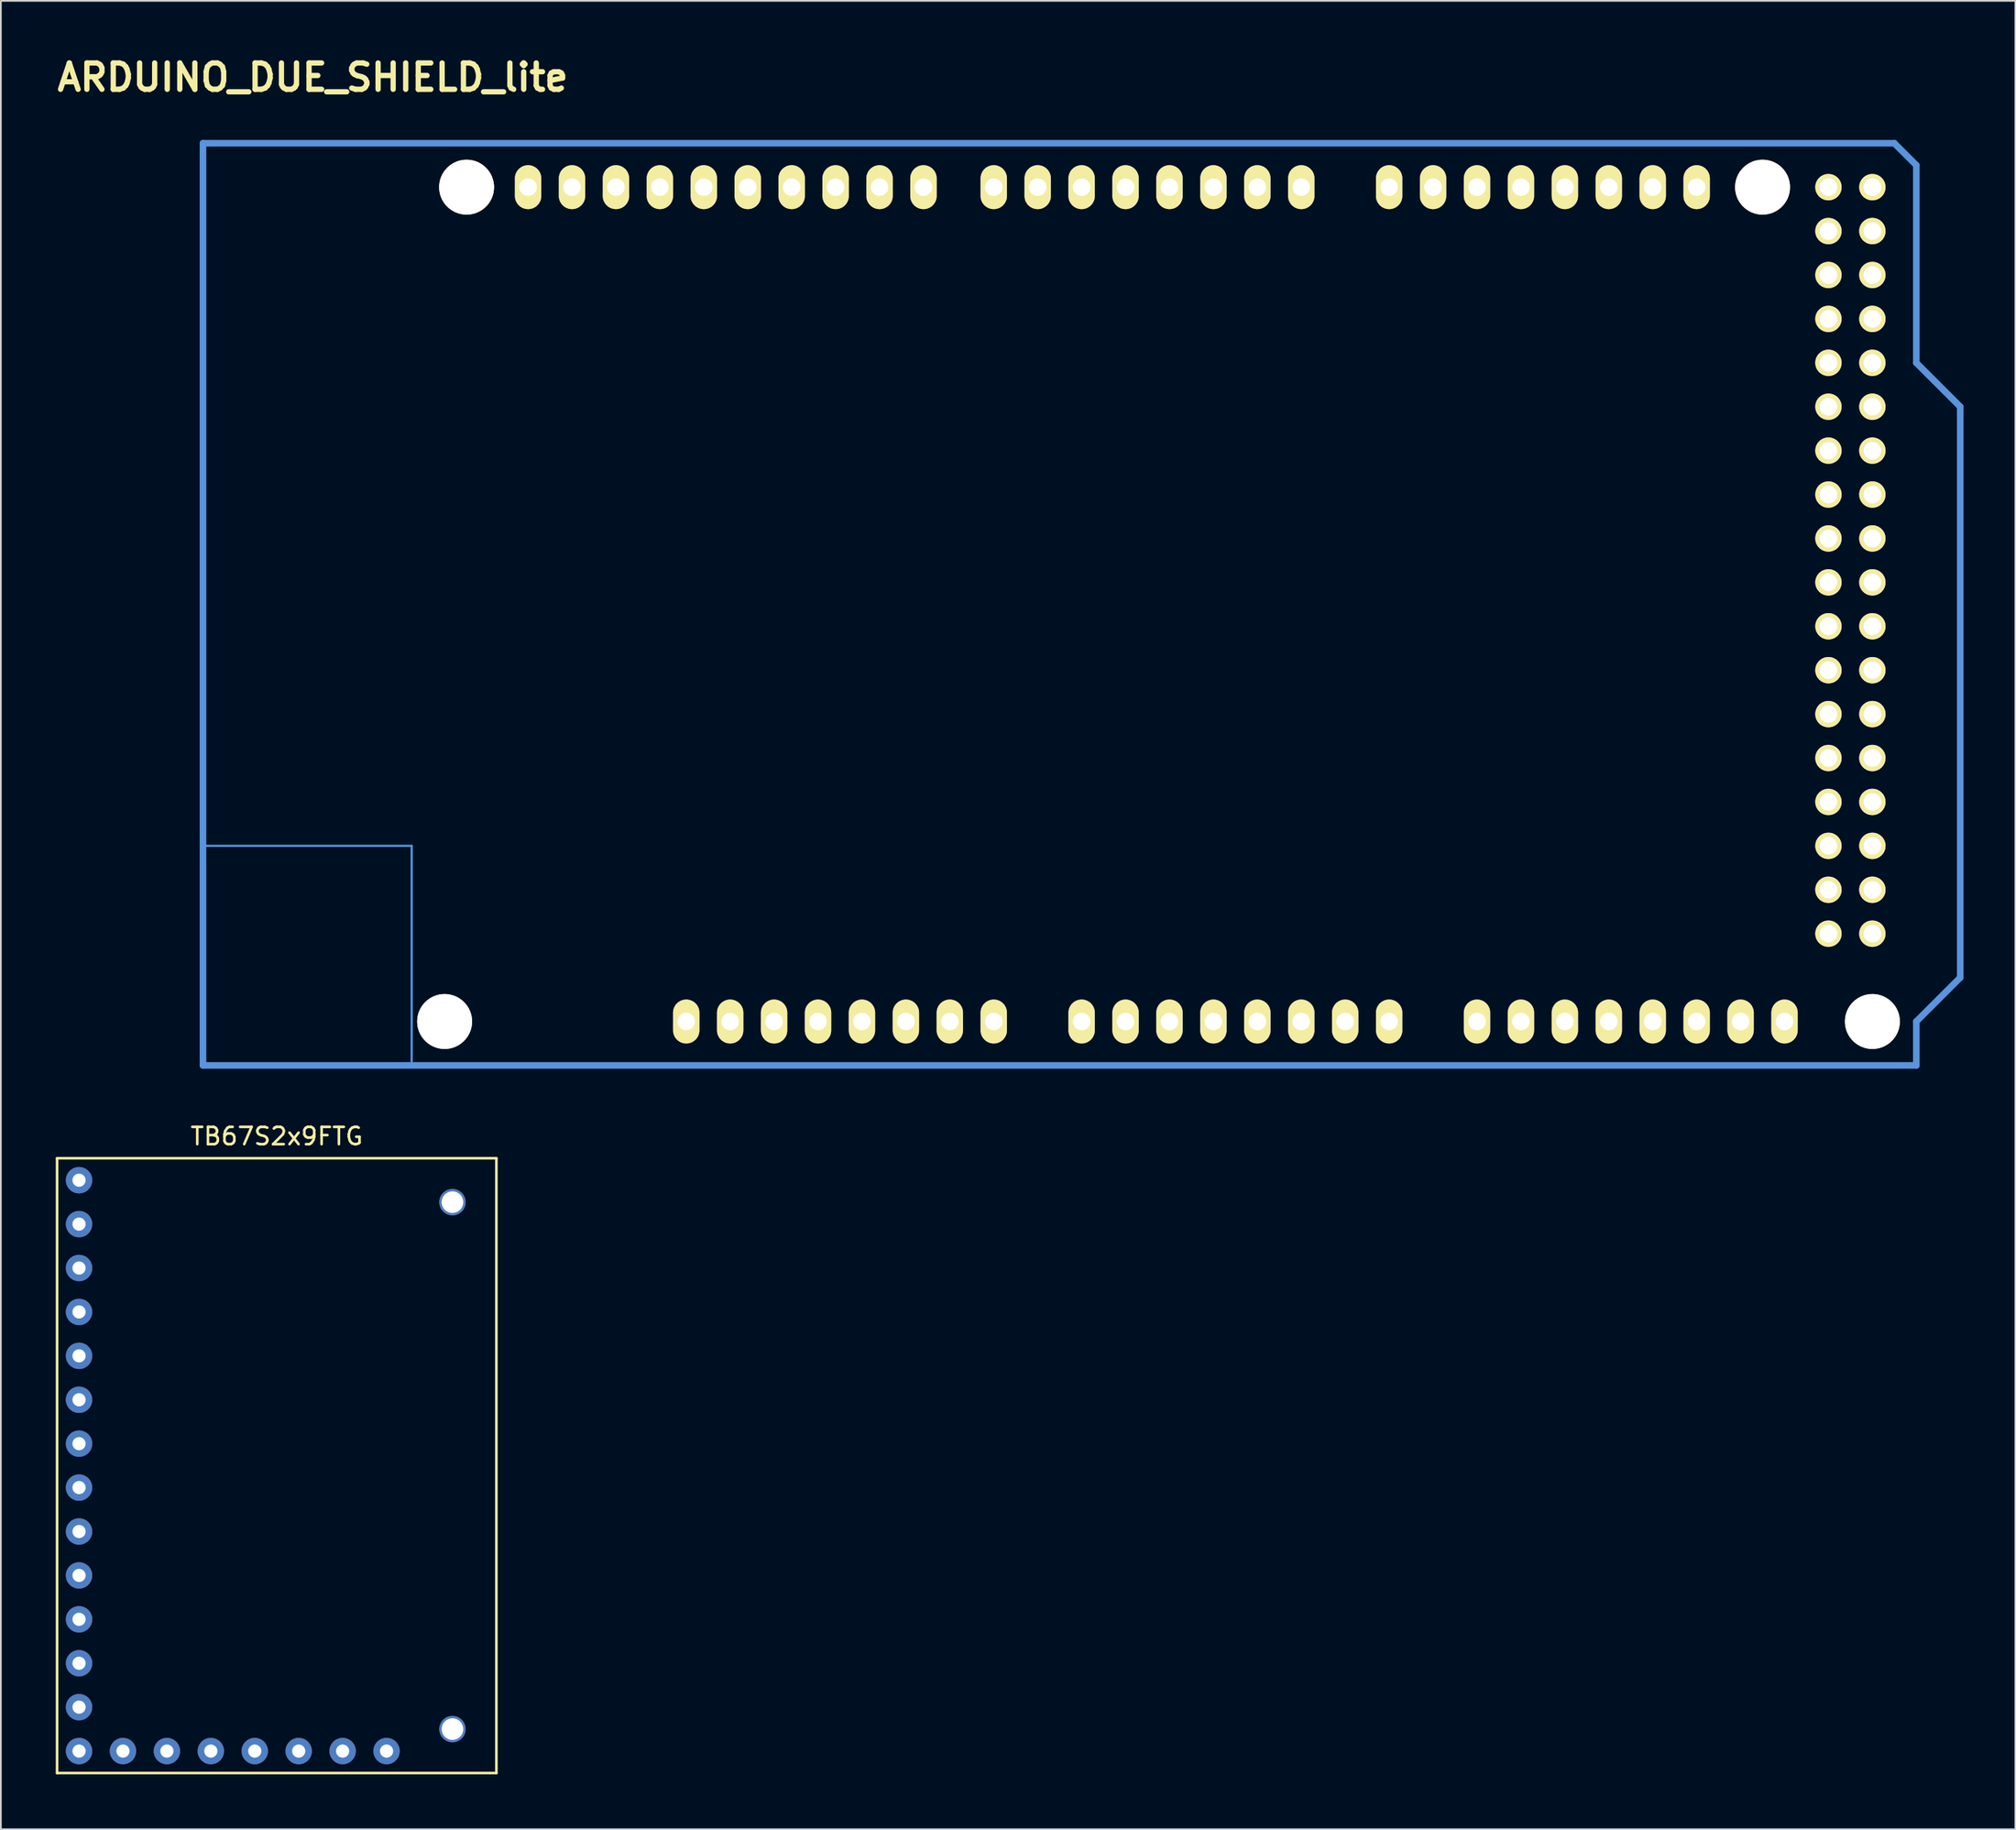
<source format=kicad_pcb>
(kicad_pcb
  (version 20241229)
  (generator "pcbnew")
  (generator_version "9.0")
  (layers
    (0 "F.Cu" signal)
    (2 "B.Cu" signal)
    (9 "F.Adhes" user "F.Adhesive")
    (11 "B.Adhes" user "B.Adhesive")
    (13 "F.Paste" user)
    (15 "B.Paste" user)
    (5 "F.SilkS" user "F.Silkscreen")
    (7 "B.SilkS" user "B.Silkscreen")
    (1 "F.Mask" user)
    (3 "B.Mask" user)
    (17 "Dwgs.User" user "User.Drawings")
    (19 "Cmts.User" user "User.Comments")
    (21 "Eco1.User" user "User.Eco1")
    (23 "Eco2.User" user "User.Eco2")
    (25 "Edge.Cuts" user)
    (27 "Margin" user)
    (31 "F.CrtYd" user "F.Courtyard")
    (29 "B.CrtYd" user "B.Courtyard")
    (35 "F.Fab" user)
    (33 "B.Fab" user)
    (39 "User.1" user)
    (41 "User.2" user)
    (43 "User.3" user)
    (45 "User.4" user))
  (footprint "TB67S2x9FTG"
    (layer "F.Cu")
    (at 0.25 99.505)
    (property "Reference" "TB67S2x9FTG" (at 12.7 -36.83 0) (layer "F.SilkS") (effects (font (size 1 1) (thickness 0.15))))
    (attr through_hole)
    (fp_line (start 0 -35.56) (end 25.4 -35.56) (stroke (width 0.15) (type solid)) (layer "F.SilkS"))
    (fp_line (start 0 0) (end 0 -35.56) (stroke (width 0.15) (type solid)) (layer "F.SilkS"))
    (fp_line (start 25.4 -35.56) (end 25.4 0) (stroke (width 0.15) (type solid)) (layer "F.SilkS"))
    (fp_line (start 25.4 0) (end 0 0) (stroke (width 0.15) (type solid)) (layer "F.SilkS"))
    (pad "" thru_hole circle (at 22.86 -33.02) (size 1.524 1.524) (drill 1.25) (layers "*.Cu" "*.Mask"))
    (pad "" thru_hole circle (at 22.86 -2.54) (size 1.524 1.524) (drill 1.25) (layers "*.Cu" "*.Mask"))
    (pad "1" thru_hole circle (at 1.27 -34.29) (size 1.524 1.524) (drill 0.762) (layers "*.Cu" "*.Mask"))
    (pad "2" thru_hole circle (at 1.27 -31.75) (size 1.524 1.524) (drill 0.762) (layers "*.Cu" "*.Mask"))
    (pad "3" thru_hole circle (at 1.27 -29.21) (size 1.524 1.524) (drill 0.762) (layers "*.Cu" "*.Mask"))
    (pad "4" thru_hole circle (at 1.27 -26.67) (size 1.524 1.524) (drill 0.762) (layers "*.Cu" "*.Mask"))
    (pad "5" thru_hole circle (at 1.27 -24.13) (size 1.524 1.524) (drill 0.762) (layers "*.Cu" "*.Mask"))
    (pad "6" thru_hole circle (at 1.27 -21.59) (size 1.524 1.524) (drill 0.762) (layers "*.Cu" "*.Mask"))
    (pad "7" thru_hole circle (at 1.27 -19.05) (size 1.524 1.524) (drill 0.762) (layers "*.Cu" "*.Mask"))
    (pad "8" thru_hole circle (at 1.27 -16.51) (size 1.524 1.524) (drill 0.762) (layers "*.Cu" "*.Mask"))
    (pad "9" thru_hole circle (at 1.27 -13.97) (size 1.524 1.524) (drill 0.762) (layers "*.Cu" "*.Mask"))
    (pad "10" thru_hole circle (at 1.27 -11.43) (size 1.524 1.524) (drill 0.762) (layers "*.Cu" "*.Mask"))
    (pad "11" thru_hole circle (at 1.27 -8.89) (size 1.524 1.524) (drill 0.762) (layers "*.Cu" "*.Mask"))
    (pad "12" thru_hole circle (at 1.27 -6.35) (size 1.524 1.524) (drill 0.762) (layers "*.Cu" "*.Mask"))
    (pad "13" thru_hole circle (at 1.27 -3.81) (size 1.524 1.524) (drill 0.762) (layers "*.Cu" "*.Mask"))
    (pad "14" thru_hole circle (at 1.27 -1.27) (size 1.524 1.524) (drill 0.762) (layers "*.Cu" "*.Mask"))
    (pad "15" thru_hole circle (at 3.81 -1.27) (size 1.524 1.524) (drill 0.762) (layers "*.Cu" "*.Mask"))
    (pad "16" thru_hole circle (at 6.35 -1.27) (size 1.524 1.524) (drill 0.762) (layers "*.Cu" "*.Mask"))
    (pad "17" thru_hole circle (at 8.89 -1.27) (size 1.524 1.524) (drill 0.762) (layers "*.Cu" "*.Mask"))
    (pad "18" thru_hole circle (at 11.43 -1.27) (size 1.524 1.524) (drill 0.762) (layers "*.Cu" "*.Mask"))
    (pad "19" thru_hole circle (at 13.97 -1.27) (size 1.524 1.524) (drill 0.762) (layers "*.Cu" "*.Mask"))
    (pad "20" thru_hole circle (at 16.51 -1.27) (size 1.524 1.524) (drill 0.762) (layers "*.Cu" "*.Mask"))
    (pad "21" thru_hole circle (at 19.05 -1.27) (size 1.524 1.524) (drill 0.762) (layers "*.Cu" "*.Mask")))
  (footprint "ARDUINO_DUE_SHIELD_lite"
    (layer "F.Cu")
    (at 8.687 58.576)
    (property "Reference" "ARDUINO_DUE_SHIELD_lite" (at 6.35 -57.15 0) (layer "F.SilkS") (effects (font (size 1.524 1.524) (thickness 0.305))))
    (attr through_hole)
    (fp_line (start 0 -12.7) (end 12.065 -12.7) (stroke (width 0.127) (type solid)) (layer "Cmts.User"))
    (fp_line (start 0 0) (end 0 -53.34) (stroke (width 0.381) (type solid)) (layer "Cmts.User"))
    (fp_line (start 12.065 -12.7) (end 12.065 0) (stroke (width 0.127) (type solid)) (layer "Cmts.User"))
    (fp_line (start 97.79 -53.34) (end 0 -53.34) (stroke (width 0.381) (type solid)) (layer "Cmts.User"))
    (fp_line (start 99.06 -52.07) (end 97.79 -53.34) (stroke (width 0.381) (type solid)) (layer "Cmts.User"))
    (fp_line (start 99.06 -40.64) (end 99.06 -52.07) (stroke (width 0.381) (type solid)) (layer "Cmts.User"))
    (fp_line (start 99.06 -40.64) (end 101.6 -38.1) (stroke (width 0.381) (type solid)) (layer "Cmts.User"))
    (fp_line (start 99.06 -2.54) (end 99.06 0) (stroke (width 0.381) (type solid)) (layer "Cmts.User"))
    (fp_line (start 99.06 0) (end 0 0) (stroke (width 0.381) (type solid)) (layer "Cmts.User"))
    (fp_line (start 101.6 -38.1) (end 101.6 -5.08) (stroke (width 0.381) (type solid)) (layer "Cmts.User"))
    (fp_line (start 101.6 -5.08) (end 99.06 -2.54) (stroke (width 0.381) (type solid)) (layer "Cmts.User"))
    (pad "" np_thru_hole circle (at 13.97 -2.54 90) (size 3.175 3.175) (drill 3.175) (layers "*.Cu" "*.Mask" "F.SilkS"))
    (pad "" np_thru_hole circle (at 15.24 -50.8 90) (size 3.175 3.175) (drill 3.175) (layers "*.Cu" "*.Mask" "F.SilkS"))
    (pad "" np_thru_hole circle (at 90.17 -50.8 90) (size 3.175 3.175) (drill 3.175) (layers "*.Cu" "*.Mask" "F.SilkS"))
    (pad "" np_thru_hole circle (at 96.52 -2.54 90) (size 3.175 3.175) (drill 3.175) (layers "*.Cu" "*.Mask" "F.SilkS"))
    (pad "0" thru_hole oval (at 63.5 -50.8 90) (size 2.54 1.524) (drill 1.016) (layers "*.Cu" "*.Mask" "F.SilkS"))
    (pad "1" thru_hole oval (at 60.96 -50.8 90) (size 2.54 1.524) (drill 1.016) (layers "*.Cu" "*.Mask" "F.SilkS"))
    (pad "2" thru_hole oval (at 58.42 -50.8 90) (size 2.54 1.524) (drill 1.016) (layers "*.Cu" "*.Mask" "F.SilkS"))
    (pad "3" thru_hole oval (at 55.88 -50.8 90) (size 2.54 1.524) (drill 1.016) (layers "*.Cu" "*.Mask" "F.SilkS"))
    (pad "3V3" thru_hole oval (at 35.56 -2.54 90) (size 2.54 1.524) (drill 1.016) (layers "*.Cu" "*.Mask" "F.SilkS"))
    (pad "4" thru_hole oval (at 53.34 -50.8 90) (size 2.54 1.524) (drill 1.016) (layers "*.Cu" "*.Mask" "F.SilkS"))
    (pad "5" thru_hole oval (at 50.8 -50.8 90) (size 2.54 1.524) (drill 1.016) (layers "*.Cu" "*.Mask" "F.SilkS"))
    (pad "5V" thru_hole oval (at 38.1 -2.54 90) (size 2.54 1.524) (drill 1.016) (layers "*.Cu" "*.Mask" "F.SilkS"))
    (pad "5V_4" thru_hole circle (at 93.98 -50.8) (size 1.524 1.524) (drill 1.016) (layers "*.Cu" "*.Mask" "F.SilkS"))
    (pad "5V_5" thru_hole circle (at 96.52 -50.8) (size 1.524 1.524) (drill 1.016) (layers "*.Cu" "*.Mask" "F.SilkS"))
    (pad "6" thru_hole oval (at 48.26 -50.8 90) (size 2.54 1.524) (drill 1.016) (layers "*.Cu" "*.Mask" "F.SilkS"))
    (pad "7" thru_hole oval (at 45.72 -50.8 90) (size 2.54 1.524) (drill 1.016) (layers "*.Cu" "*.Mask" "F.SilkS"))
    (pad "8" thru_hole oval (at 41.656 -50.8 90) (size 2.54 1.524) (drill 1.016) (layers "*.Cu" "*.Mask" "F.SilkS"))
    (pad "9" thru_hole oval (at 39.116 -50.8 90) (size 2.54 1.524) (drill 1.016) (layers "*.Cu" "*.Mask" "F.SilkS"))
    (pad "10" thru_hole oval (at 36.576 -50.8 90) (size 2.54 1.524) (drill 1.016) (layers "*.Cu" "*.Mask" "F.SilkS"))
    (pad "11" thru_hole oval (at 34.036 -50.8 90) (size 2.54 1.524) (drill 1.016) (layers "*.Cu" "*.Mask" "F.SilkS"))
    (pad "12" thru_hole oval (at 31.496 -50.8 90) (size 2.54 1.524) (drill 1.016) (layers "*.Cu" "*.Mask" "F.SilkS"))
    (pad "13" thru_hole oval (at 28.956 -50.8 90) (size 2.54 1.524) (drill 1.016) (layers "*.Cu" "*.Mask" "F.SilkS"))
    (pad "14" thru_hole oval (at 68.58 -50.8 90) (size 2.54 1.524) (drill 1.016) (layers "*.Cu" "*.Mask" "F.SilkS"))
    (pad "15" thru_hole oval (at 71.12 -50.8 90) (size 2.54 1.524) (drill 1.016) (layers "*.Cu" "*.Mask" "F.SilkS"))
    (pad "16" thru_hole oval (at 73.66 -50.8 90) (size 2.54 1.524) (drill 1.016) (layers "*.Cu" "*.Mask" "F.SilkS"))
    (pad "17" thru_hole oval (at 76.2 -50.8 90) (size 2.54 1.524) (drill 1.016) (layers "*.Cu" "*.Mask" "F.SilkS"))
    (pad "18" thru_hole oval (at 78.74 -50.8 90) (size 2.54 1.524) (drill 1.016) (layers "*.Cu" "*.Mask" "F.SilkS"))
    (pad "19" thru_hole oval (at 81.28 -50.8 90) (size 2.54 1.524) (drill 1.016) (layers "*.Cu" "*.Mask" "F.SilkS"))
    (pad "20" thru_hole oval (at 83.82 -50.8 90) (size 2.54 1.524) (drill 1.016) (layers "*.Cu" "*.Mask" "F.SilkS"))
    (pad "21" thru_hole oval (at 86.36 -50.8 90) (size 2.54 1.524) (drill 1.016) (layers "*.Cu" "*.Mask" "F.SilkS"))
    (pad "22" thru_hole circle (at 93.98 -48.26) (size 1.524 1.524) (drill 1.016) (layers "*.Cu" "*.Mask" "F.SilkS"))
    (pad "23" thru_hole circle (at 96.52 -48.26) (size 1.524 1.524) (drill 1.016) (layers "*.Cu" "*.Mask" "F.SilkS"))
    (pad "24" thru_hole circle (at 93.98 -45.72) (size 1.524 1.524) (drill 1.016) (layers "*.Cu" "*.Mask" "F.SilkS"))
    (pad "25" thru_hole circle (at 96.52 -45.72) (size 1.524 1.524) (drill 1.016) (layers "*.Cu" "*.Mask" "F.SilkS"))
    (pad "26" thru_hole circle (at 93.98 -43.18) (size 1.524 1.524) (drill 1.016) (layers "*.Cu" "*.Mask" "F.SilkS"))
    (pad "27" thru_hole circle (at 96.52 -43.18) (size 1.524 1.524) (drill 1.016) (layers "*.Cu" "*.Mask" "F.SilkS"))
    (pad "28" thru_hole circle (at 93.98 -40.64) (size 1.524 1.524) (drill 1.016) (layers "*.Cu" "*.Mask" "F.SilkS"))
    (pad "29" thru_hole circle (at 96.52 -40.64) (size 1.524 1.524) (drill 1.016) (layers "*.Cu" "*.Mask" "F.SilkS"))
    (pad "30" thru_hole circle (at 93.98 -38.1) (size 1.524 1.524) (drill 1.016) (layers "*.Cu" "*.Mask" "F.SilkS"))
    (pad "31" thru_hole circle (at 96.52 -38.1) (size 1.524 1.524) (drill 1.016) (layers "*.Cu" "*.Mask" "F.SilkS"))
    (pad "32" thru_hole circle (at 93.98 -35.56) (size 1.524 1.524) (drill 1.016) (layers "*.Cu" "*.Mask" "F.SilkS"))
    (pad "33" thru_hole circle (at 96.52 -35.56) (size 1.524 1.524) (drill 1.016) (layers "*.Cu" "*.Mask" "F.SilkS"))
    (pad "34" thru_hole circle (at 93.98 -33.02) (size 1.524 1.524) (drill 1.016) (layers "*.Cu" "*.Mask" "F.SilkS"))
    (pad "35" thru_hole circle (at 96.52 -33.02) (size 1.524 1.524) (drill 1.016) (layers "*.Cu" "*.Mask" "F.SilkS"))
    (pad "36" thru_hole circle (at 93.98 -30.48) (size 1.524 1.524) (drill 1.016) (layers "*.Cu" "*.Mask" "F.SilkS"))
    (pad "37" thru_hole circle (at 96.52 -30.48) (size 1.524 1.524) (drill 1.016) (layers "*.Cu" "*.Mask" "F.SilkS"))
    (pad "38" thru_hole circle (at 93.98 -27.94) (size 1.524 1.524) (drill 1.016) (layers "*.Cu" "*.Mask" "F.SilkS"))
    (pad "39" thru_hole circle (at 96.52 -27.94) (size 1.524 1.524) (drill 1.016) (layers "*.Cu" "*.Mask" "F.SilkS"))
    (pad "40" thru_hole circle (at 93.98 -25.4) (size 1.524 1.524) (drill 1.016) (layers "*.Cu" "*.Mask" "F.SilkS"))
    (pad "41" thru_hole circle (at 96.52 -25.4) (size 1.524 1.524) (drill 1.016) (layers "*.Cu" "*.Mask" "F.SilkS"))
    (pad "42" thru_hole circle (at 93.98 -22.86) (size 1.524 1.524) (drill 1.016) (layers "*.Cu" "*.Mask" "F.SilkS"))
    (pad "43" thru_hole circle (at 96.52 -22.86) (size 1.524 1.524) (drill 1.016) (layers "*.Cu" "*.Mask" "F.SilkS"))
    (pad "44" thru_hole circle (at 93.98 -20.32) (size 1.524 1.524) (drill 1.016) (layers "*.Cu" "*.Mask" "F.SilkS"))
    (pad "45" thru_hole circle (at 96.52 -20.32) (size 1.524 1.524) (drill 1.016) (layers "*.Cu" "*.Mask" "F.SilkS"))
    (pad "46" thru_hole circle (at 93.98 -17.78) (size 1.524 1.524) (drill 1.016) (layers "*.Cu" "*.Mask" "F.SilkS"))
    (pad "47" thru_hole circle (at 96.52 -17.78) (size 1.524 1.524) (drill 1.016) (layers "*.Cu" "*.Mask" "F.SilkS"))
    (pad "48" thru_hole circle (at 93.98 -15.24) (size 1.524 1.524) (drill 1.016) (layers "*.Cu" "*.Mask" "F.SilkS"))
    (pad "49" thru_hole circle (at 96.52 -15.24) (size 1.524 1.524) (drill 1.016) (layers "*.Cu" "*.Mask" "F.SilkS"))
    (pad "50" thru_hole circle (at 93.98 -12.7) (size 1.524 1.524) (drill 1.016) (layers "*.Cu" "*.Mask" "F.SilkS"))
    (pad "51" thru_hole circle (at 96.52 -12.7) (size 1.524 1.524) (drill 1.016) (layers "*.Cu" "*.Mask" "F.SilkS"))
    (pad "52" thru_hole circle (at 93.98 -10.16) (size 1.524 1.524) (drill 1.016) (layers "*.Cu" "*.Mask" "F.SilkS"))
    (pad "53" thru_hole circle (at 96.52 -10.16) (size 1.524 1.524) (drill 1.016) (layers "*.Cu" "*.Mask" "F.SilkS"))
    (pad "AD0" thru_hole oval (at 50.8 -2.54 90) (size 2.54 1.524) (drill 1.016) (layers "*.Cu" "*.Mask" "F.SilkS"))
    (pad "AD1" thru_hole oval (at 53.34 -2.54 90) (size 2.54 1.524) (drill 1.016) (layers "*.Cu" "*.Mask" "F.SilkS"))
    (pad "AD2" thru_hole oval (at 55.88 -2.54 90) (size 2.54 1.524) (drill 1.016) (layers "*.Cu" "*.Mask" "F.SilkS"))
    (pad "AD3" thru_hole oval (at 58.42 -2.54 90) (size 2.54 1.524) (drill 1.016) (layers "*.Cu" "*.Mask" "F.SilkS"))
    (pad "AD4" thru_hole oval (at 60.96 -2.54 90) (size 2.54 1.524) (drill 1.016) (layers "*.Cu" "*.Mask" "F.SilkS"))
    (pad "AD5" thru_hole oval (at 63.5 -2.54 90) (size 2.54 1.524) (drill 1.016) (layers "*.Cu" "*.Mask" "F.SilkS"))
    (pad "AD6" thru_hole oval (at 66.04 -2.54 90) (size 2.54 1.524) (drill 1.016) (layers "*.Cu" "*.Mask" "F.SilkS"))
    (pad "AD7" thru_hole oval (at 68.58 -2.54 90) (size 2.54 1.524) (drill 1.016) (layers "*.Cu" "*.Mask" "F.SilkS"))
    (pad "AD8" thru_hole oval (at 73.66 -2.54 90) (size 2.54 1.524) (drill 1.016) (layers "*.Cu" "*.Mask" "F.SilkS"))
    (pad "AD9" thru_hole oval (at 76.2 -2.54 90) (size 2.54 1.524) (drill 1.016) (layers "*.Cu" "*.Mask" "F.SilkS"))
    (pad "AD10" thru_hole oval (at 78.74 -2.54 90) (size 2.54 1.524) (drill 1.016) (layers "*.Cu" "*.Mask" "F.SilkS"))
    (pad "AD11" thru_hole oval (at 81.28 -2.54 90) (size 2.54 1.524) (drill 1.016) (layers "*.Cu" "*.Mask" "F.SilkS"))
    (pad "AREF" thru_hole oval (at 23.876 -50.8 90) (size 2.54 1.524) (drill 1.016) (layers "*.Cu" "*.Mask" "F.SilkS"))
    (pad "C_RX" thru_hole oval (at 88.9 -2.54 90) (size 2.54 1.524) (drill 1.016) (layers "*.Cu" "*.Mask" "F.SilkS"))
    (pad "C_TX" thru_hole oval (at 91.44 -2.54 90) (size 2.54 1.524) (drill 1.016) (layers "*.Cu" "*.Mask" "F.SilkS"))
    (pad "DAC0" thru_hole oval (at 83.82 -2.54 90) (size 2.54 1.524) (drill 1.016) (layers "*.Cu" "*.Mask" "F.SilkS"))
    (pad "DAC1" thru_hole oval (at 86.36 -2.54 90) (size 2.54 1.524) (drill 1.016) (layers "*.Cu" "*.Mask" "F.SilkS"))
    (pad "GND1" thru_hole oval (at 40.64 -2.54 90) (size 2.54 1.524) (drill 1.016) (layers "*.Cu" "*.Mask" "F.SilkS"))
    (pad "GND2" thru_hole oval (at 43.18 -2.54 90) (size 2.54 1.524) (drill 1.016) (layers "*.Cu" "*.Mask" "F.SilkS"))
    (pad "GND3" thru_hole oval (at 26.416 -50.8 90) (size 2.54 1.524) (drill 1.016) (layers "*.Cu" "*.Mask" "F.SilkS"))
    (pad "GND4" thru_hole circle (at 93.98 -7.62) (size 1.524 1.524) (drill 1.016) (layers "*.Cu" "*.Mask" "F.SilkS"))
    (pad "GND5" thru_hole circle (at 96.52 -7.62) (size 1.524 1.524) (drill 1.016) (layers "*.Cu" "*.Mask" "F.SilkS"))
    (pad "IO_R" thru_hole oval (at 30.48 -2.54 90) (size 2.54 1.524) (drill 1.016) (layers "*.Cu" "*.Mask" "F.SilkS"))
    (pad "NC" thru_hole oval (at 27.94 -2.54 90) (size 2.54 1.524) (drill 1.016) (layers "*.Cu" "*.Mask" "F.SilkS"))
    (pad "RST" thru_hole oval (at 33.02 -2.54 90) (size 2.54 1.524) (drill 1.016) (layers "*.Cu" "*.Mask" "F.SilkS"))
    (pad "SCL1" thru_hole oval (at 18.796 -50.8 90) (size 2.54 1.524) (drill 1.016) (layers "*.Cu" "*.Mask" "F.SilkS"))
    (pad "SDA1" thru_hole oval (at 21.336 -50.8 90) (size 2.54 1.524) (drill 1.016) (layers "*.Cu" "*.Mask" "F.SilkS"))
    (pad "V_IN" thru_hole oval (at 45.72 -2.54 90) (size 2.54 1.524) (drill 1.016) (layers "*.Cu" "*.Mask" "F.SilkS")))
  (gr_rect
    (start -3 -3)
    (end 113.477 102.755)
    (stroke (width 0.1) (type default))
    (fill no)
    (layer "Edge.Cuts")))
</source>
